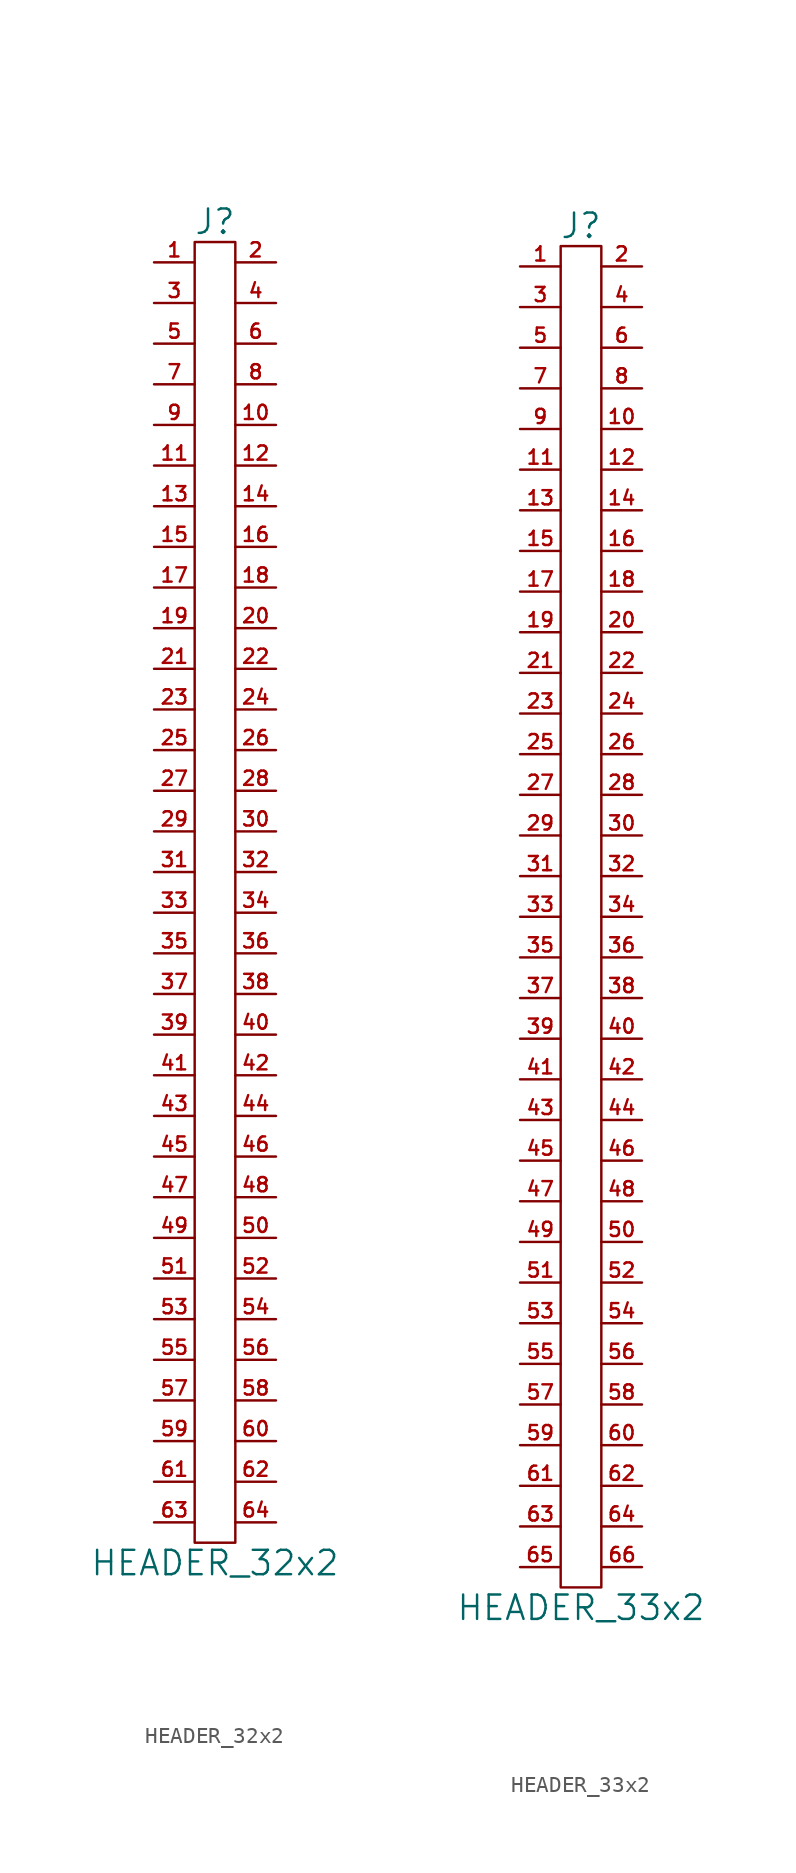
<source format=kicad_sym>
(kicad_symbol_lib
  (version 20211014)
  (generator kicad_symbol_editor)
  (symbol "HEADER_32x2"
    (pin_names
      (offset 0))
    (property "Reference" "J"
      (at 0 41.91 0)
      (effects (font (size 1.524 1.524))))
    (property "Value" "HEADER_32x2"
      (at 0 -41.91 0)
      (effects (font (size 1.524 1.524))))
    (property "Footprint" ""
      (at 0 0 0)
      (effects (font (size 1.524 1.524))))
    (property "Datasheet" ""
      (at 0 0 0)
      (effects (font (size 1.524 1.524))))
    (symbol "HEADER_32x2_0_1"
      (rectangle (start 1.27 -40.64) (end -1.27 40.64) (stroke (width 0) (type default) (color 0 0 0 0)) (fill (type none))))
    (symbol "HEADER_32x2_1_1"
      (pin passive line (at -3.81 39.37 0) (length 2.54) (name "~" (effects (font (size 1.27 1.27)))) (number "1" (effects (font (size 0.889 0.889)))))
      (pin passive line (at 3.81 29.21 180) (length 2.54) (name "~" (effects (font (size 1.27 1.27)))) (number "10" (effects (font (size 0.889 0.889)))))
      (pin passive line (at -3.81 26.67 0) (length 2.54) (name "~" (effects (font (size 1.27 1.27)))) (number "11" (effects (font (size 0.889 0.889)))))
      (pin passive line (at 3.81 26.67 180) (length 2.54) (name "~" (effects (font (size 1.27 1.27)))) (number "12" (effects (font (size 0.889 0.889)))))
      (pin passive line (at -3.81 24.13 0) (length 2.54) (name "~" (effects (font (size 1.27 1.27)))) (number "13" (effects (font (size 0.889 0.889)))))
      (pin passive line (at 3.81 24.13 180) (length 2.54) (name "~" (effects (font (size 1.27 1.27)))) (number "14" (effects (font (size 0.889 0.889)))))
      (pin passive line (at -3.81 21.59 0) (length 2.54) (name "~" (effects (font (size 1.27 1.27)))) (number "15" (effects (font (size 0.889 0.889)))))
      (pin passive line (at 3.81 21.59 180) (length 2.54) (name "~" (effects (font (size 1.27 1.27)))) (number "16" (effects (font (size 0.889 0.889)))))
      (pin passive line (at -3.81 19.05 0) (length 2.54) (name "~" (effects (font (size 1.27 1.27)))) (number "17" (effects (font (size 0.889 0.889)))))
      (pin passive line (at 3.81 19.05 180) (length 2.54) (name "~" (effects (font (size 1.27 1.27)))) (number "18" (effects (font (size 0.889 0.889)))))
      (pin passive line (at -3.81 16.51 0) (length 2.54) (name "~" (effects (font (size 1.27 1.27)))) (number "19" (effects (font (size 0.889 0.889)))))
      (pin passive line (at 3.81 39.37 180) (length 2.54) (name "~" (effects (font (size 1.27 1.27)))) (number "2" (effects (font (size 0.889 0.889)))))
      (pin passive line (at 3.81 16.51 180) (length 2.54) (name "~" (effects (font (size 1.27 1.27)))) (number "20" (effects (font (size 0.889 0.889)))))
      (pin passive line (at -3.81 13.97 0) (length 2.54) (name "~" (effects (font (size 1.27 1.27)))) (number "21" (effects (font (size 0.889 0.889)))))
      (pin passive line (at 3.81 13.97 180) (length 2.54) (name "~" (effects (font (size 1.27 1.27)))) (number "22" (effects (font (size 0.889 0.889)))))
      (pin passive line (at -3.81 11.43 0) (length 2.54) (name "~" (effects (font (size 1.27 1.27)))) (number "23" (effects (font (size 0.889 0.889)))))
      (pin passive line (at 3.81 11.43 180) (length 2.54) (name "~" (effects (font (size 1.27 1.27)))) (number "24" (effects (font (size 0.889 0.889)))))
      (pin passive line (at -3.81 8.89 0) (length 2.54) (name "~" (effects (font (size 1.27 1.27)))) (number "25" (effects (font (size 0.889 0.889)))))
      (pin passive line (at 3.81 8.89 180) (length 2.54) (name "~" (effects (font (size 1.27 1.27)))) (number "26" (effects (font (size 0.889 0.889)))))
      (pin passive line (at -3.81 6.35 0) (length 2.54) (name "~" (effects (font (size 1.27 1.27)))) (number "27" (effects (font (size 0.889 0.889)))))
      (pin passive line (at 3.81 6.35 180) (length 2.54) (name "~" (effects (font (size 1.27 1.27)))) (number "28" (effects (font (size 0.889 0.889)))))
      (pin passive line (at -3.81 3.81 0) (length 2.54) (name "~" (effects (font (size 1.27 1.27)))) (number "29" (effects (font (size 0.889 0.889)))))
      (pin passive line (at -3.81 36.83 0) (length 2.54) (name "~" (effects (font (size 1.27 1.27)))) (number "3" (effects (font (size 0.889 0.889)))))
      (pin passive line (at 3.81 3.81 180) (length 2.54) (name "~" (effects (font (size 1.27 1.27)))) (number "30" (effects (font (size 0.889 0.889)))))
      (pin passive line (at -3.81 1.27 0) (length 2.54) (name "~" (effects (font (size 1.27 1.27)))) (number "31" (effects (font (size 0.889 0.889)))))
      (pin passive line (at 3.81 1.27 180) (length 2.54) (name "~" (effects (font (size 1.27 1.27)))) (number "32" (effects (font (size 0.889 0.889)))))
      (pin passive line (at -3.81 -1.27 0) (length 2.54) (name "~" (effects (font (size 1.27 1.27)))) (number "33" (effects (font (size 0.889 0.889)))))
      (pin passive line (at 3.81 -1.27 180) (length 2.54) (name "~" (effects (font (size 1.27 1.27)))) (number "34" (effects (font (size 0.889 0.889)))))
      (pin passive line (at -3.81 -3.81 0) (length 2.54) (name "~" (effects (font (size 1.27 1.27)))) (number "35" (effects (font (size 0.889 0.889)))))
      (pin passive line (at 3.81 -3.81 180) (length 2.54) (name "~" (effects (font (size 1.27 1.27)))) (number "36" (effects (font (size 0.889 0.889)))))
      (pin passive line (at -3.81 -6.35 0) (length 2.54) (name "~" (effects (font (size 0.889 0.889)))) (number "37" (effects (font (size 0.889 0.889)))))
      (pin passive line (at 3.81 -6.35 180) (length 2.54) (name "~" (effects (font (size 1.27 1.27)))) (number "38" (effects (font (size 0.889 0.889)))))
      (pin passive line (at -3.81 -8.89 0) (length 2.54) (name "~" (effects (font (size 1.27 1.27)))) (number "39" (effects (font (size 0.889 0.889)))))
      (pin passive line (at 3.81 36.83 180) (length 2.54) (name "~" (effects (font (size 1.27 1.27)))) (number "4" (effects (font (size 0.889 0.889)))))
      (pin passive line (at 3.81 -8.89 180) (length 2.54) (name "~" (effects (font (size 1.27 1.27)))) (number "40" (effects (font (size 0.889 0.889)))))
      (pin passive line (at -3.81 -11.43 0) (length 2.54) (name "~" (effects (font (size 1.27 1.27)))) (number "41" (effects (font (size 0.889 0.889)))))
      (pin passive line (at 3.81 -11.43 180) (length 2.54) (name "~" (effects (font (size 1.27 1.27)))) (number "42" (effects (font (size 0.889 0.889)))))
      (pin passive line (at -3.81 -13.97 0) (length 2.54) (name "~" (effects (font (size 1.27 1.27)))) (number "43" (effects (font (size 0.889 0.889)))))
      (pin passive line (at 3.81 -13.97 180) (length 2.54) (name "~" (effects (font (size 1.27 1.27)))) (number "44" (effects (font (size 0.889 0.889)))))
      (pin passive line (at -3.81 -16.51 0) (length 2.54) (name "~" (effects (font (size 1.27 1.27)))) (number "45" (effects (font (size 0.889 0.889)))))
      (pin passive line (at 3.81 -16.51 180) (length 2.54) (name "~" (effects (font (size 1.27 1.27)))) (number "46" (effects (font (size 0.889 0.889)))))
      (pin passive line (at -3.81 -19.05 0) (length 2.54) (name "~" (effects (font (size 1.27 1.27)))) (number "47" (effects (font (size 0.889 0.889)))))
      (pin passive line (at 3.81 -19.05 180) (length 2.54) (name "~" (effects (font (size 1.27 1.27)))) (number "48" (effects (font (size 0.889 0.889)))))
      (pin passive line (at -3.81 -21.59 0) (length 2.54) (name "~" (effects (font (size 1.27 1.27)))) (number "49" (effects (font (size 0.889 0.889)))))
      (pin passive line (at -3.81 34.29 0) (length 2.54) (name "~" (effects (font (size 1.27 1.27)))) (number "5" (effects (font (size 0.889 0.889)))))
      (pin passive line (at 3.81 -21.59 180) (length 2.54) (name "~" (effects (font (size 1.27 1.27)))) (number "50" (effects (font (size 0.889 0.889)))))
      (pin passive line (at -3.81 -24.13 0) (length 2.54) (name "~" (effects (font (size 1.27 1.27)))) (number "51" (effects (font (size 0.889 0.889)))))
      (pin passive line (at 3.81 -24.13 180) (length 2.54) (name "~" (effects (font (size 1.27 1.27)))) (number "52" (effects (font (size 0.889 0.889)))))
      (pin passive line (at -3.81 -26.67 0) (length 2.54) (name "~" (effects (font (size 1.27 1.27)))) (number "53" (effects (font (size 0.889 0.889)))))
      (pin passive line (at 3.81 -26.67 180) (length 2.54) (name "~" (effects (font (size 1.27 1.27)))) (number "54" (effects (font (size 0.889 0.889)))))
      (pin passive line (at -3.81 -29.21 0) (length 2.54) (name "~" (effects (font (size 1.27 1.27)))) (number "55" (effects (font (size 0.889 0.889)))))
      (pin passive line (at 3.81 -29.21 180) (length 2.54) (name "~" (effects (font (size 1.27 1.27)))) (number "56" (effects (font (size 0.889 0.889)))))
      (pin passive line (at -3.81 -31.75 0) (length 2.54) (name "~" (effects (font (size 1.27 1.27)))) (number "57" (effects (font (size 0.889 0.889)))))
      (pin passive line (at 3.81 -31.75 180) (length 2.54) (name "~" (effects (font (size 1.27 1.27)))) (number "58" (effects (font (size 0.889 0.889)))))
      (pin passive line (at -3.81 -34.29 0) (length 2.54) (name "~" (effects (font (size 1.27 1.27)))) (number "59" (effects (font (size 0.889 0.889)))))
      (pin passive line (at 3.81 34.29 180) (length 2.54) (name "~" (effects (font (size 1.27 1.27)))) (number "6" (effects (font (size 0.889 0.889)))))
      (pin passive line (at 3.81 -34.29 180) (length 2.54) (name "~" (effects (font (size 1.27 1.27)))) (number "60" (effects (font (size 0.889 0.889)))))
      (pin passive line (at -3.81 -36.83 0) (length 2.54) (name "~" (effects (font (size 1.27 1.27)))) (number "61" (effects (font (size 0.889 0.889)))))
      (pin passive line (at 3.81 -36.83 180) (length 2.54) (name "~" (effects (font (size 1.27 1.27)))) (number "62" (effects (font (size 0.889 0.889)))))
      (pin passive line (at -3.81 -39.37 0) (length 2.54) (name "~" (effects (font (size 1.27 1.27)))) (number "63" (effects (font (size 0.889 0.889)))))
      (pin passive line (at 3.81 -39.37 180) (length 2.54) (name "~" (effects (font (size 1.27 1.27)))) (number "64" (effects (font (size 0.889 0.889)))))
      (pin passive line (at -3.81 31.75 0) (length 2.54) (name "~" (effects (font (size 1.27 1.27)))) (number "7" (effects (font (size 0.889 0.889)))))
      (pin passive line (at 3.81 31.75 180) (length 2.54) (name "~" (effects (font (size 1.27 1.27)))) (number "8" (effects (font (size 0.889 0.889)))))
      (pin passive line (at -3.81 29.21 0) (length 2.54) (name "~" (effects (font (size 1.27 1.27)))) (number "9" (effects (font (size 0.889 0.889)))))))
  (symbol "HEADER_33x2"
    (pin_names
      (offset 0))
    (property "Reference" "J"
      (at 0 43.18 0)
      (effects (font (size 1.524 1.524))))
    (property "Value" "HEADER_33x2"
      (at 0 -43.18 0)
      (effects (font (size 1.524 1.524))))
    (property "Footprint" ""
      (at 0 -1.27 0)
      (effects (font (size 1.524 1.524))))
    (property "Datasheet" ""
      (at 0 -1.27 0)
      (effects (font (size 1.524 1.524))))
    (symbol "HEADER_33x2_0_1"
      (rectangle (start 1.27 -41.91) (end -1.27 41.91) (stroke (width 0) (type default) (color 0 0 0 0)) (fill (type none))))
    (symbol "HEADER_33x2_1_1"
      (pin passive line (at -3.81 40.64 0) (length 2.54) (name "~" (effects (font (size 1.27 1.27)))) (number "1" (effects (font (size 0.889 0.889)))))
      (pin passive line (at 3.81 30.48 180) (length 2.54) (name "~" (effects (font (size 1.27 1.27)))) (number "10" (effects (font (size 0.889 0.889)))))
      (pin passive line (at -3.81 27.94 0) (length 2.54) (name "~" (effects (font (size 1.27 1.27)))) (number "11" (effects (font (size 0.889 0.889)))))
      (pin passive line (at 3.81 27.94 180) (length 2.54) (name "~" (effects (font (size 1.27 1.27)))) (number "12" (effects (font (size 0.889 0.889)))))
      (pin passive line (at -3.81 25.4 0) (length 2.54) (name "~" (effects (font (size 1.27 1.27)))) (number "13" (effects (font (size 0.889 0.889)))))
      (pin passive line (at 3.81 25.4 180) (length 2.54) (name "~" (effects (font (size 1.27 1.27)))) (number "14" (effects (font (size 0.889 0.889)))))
      (pin passive line (at -3.81 22.86 0) (length 2.54) (name "~" (effects (font (size 1.27 1.27)))) (number "15" (effects (font (size 0.889 0.889)))))
      (pin passive line (at 3.81 22.86 180) (length 2.54) (name "~" (effects (font (size 1.27 1.27)))) (number "16" (effects (font (size 0.889 0.889)))))
      (pin passive line (at -3.81 20.32 0) (length 2.54) (name "~" (effects (font (size 1.27 1.27)))) (number "17" (effects (font (size 0.889 0.889)))))
      (pin passive line (at 3.81 20.32 180) (length 2.54) (name "~" (effects (font (size 1.27 1.27)))) (number "18" (effects (font (size 0.889 0.889)))))
      (pin passive line (at -3.81 17.78 0) (length 2.54) (name "~" (effects (font (size 1.27 1.27)))) (number "19" (effects (font (size 0.889 0.889)))))
      (pin passive line (at 3.81 40.64 180) (length 2.54) (name "~" (effects (font (size 1.27 1.27)))) (number "2" (effects (font (size 0.889 0.889)))))
      (pin passive line (at 3.81 17.78 180) (length 2.54) (name "~" (effects (font (size 1.27 1.27)))) (number "20" (effects (font (size 0.889 0.889)))))
      (pin passive line (at -3.81 15.24 0) (length 2.54) (name "~" (effects (font (size 1.27 1.27)))) (number "21" (effects (font (size 0.889 0.889)))))
      (pin passive line (at 3.81 15.24 180) (length 2.54) (name "~" (effects (font (size 1.27 1.27)))) (number "22" (effects (font (size 0.889 0.889)))))
      (pin passive line (at -3.81 12.7 0) (length 2.54) (name "~" (effects (font (size 1.27 1.27)))) (number "23" (effects (font (size 0.889 0.889)))))
      (pin passive line (at 3.81 12.7 180) (length 2.54) (name "~" (effects (font (size 1.27 1.27)))) (number "24" (effects (font (size 0.889 0.889)))))
      (pin passive line (at -3.81 10.16 0) (length 2.54) (name "~" (effects (font (size 1.27 1.27)))) (number "25" (effects (font (size 0.889 0.889)))))
      (pin passive line (at 3.81 10.16 180) (length 2.54) (name "~" (effects (font (size 1.27 1.27)))) (number "26" (effects (font (size 0.889 0.889)))))
      (pin passive line (at -3.81 7.62 0) (length 2.54) (name "~" (effects (font (size 1.27 1.27)))) (number "27" (effects (font (size 0.889 0.889)))))
      (pin passive line (at 3.81 7.62 180) (length 2.54) (name "~" (effects (font (size 1.27 1.27)))) (number "28" (effects (font (size 0.889 0.889)))))
      (pin passive line (at -3.81 5.08 0) (length 2.54) (name "~" (effects (font (size 1.27 1.27)))) (number "29" (effects (font (size 0.889 0.889)))))
      (pin passive line (at -3.81 38.1 0) (length 2.54) (name "~" (effects (font (size 1.27 1.27)))) (number "3" (effects (font (size 0.889 0.889)))))
      (pin passive line (at 3.81 5.08 180) (length 2.54) (name "~" (effects (font (size 1.27 1.27)))) (number "30" (effects (font (size 0.889 0.889)))))
      (pin passive line (at -3.81 2.54 0) (length 2.54) (name "~" (effects (font (size 1.27 1.27)))) (number "31" (effects (font (size 0.889 0.889)))))
      (pin passive line (at 3.81 2.54 180) (length 2.54) (name "~" (effects (font (size 1.27 1.27)))) (number "32" (effects (font (size 0.889 0.889)))))
      (pin passive line (at -3.81 0 0) (length 2.54) (name "~" (effects (font (size 1.27 1.27)))) (number "33" (effects (font (size 0.889 0.889)))))
      (pin passive line (at 3.81 0 180) (length 2.54) (name "~" (effects (font (size 1.27 1.27)))) (number "34" (effects (font (size 0.889 0.889)))))
      (pin passive line (at -3.81 -2.54 0) (length 2.54) (name "~" (effects (font (size 1.27 1.27)))) (number "35" (effects (font (size 0.889 0.889)))))
      (pin passive line (at 3.81 -2.54 180) (length 2.54) (name "~" (effects (font (size 1.27 1.27)))) (number "36" (effects (font (size 0.889 0.889)))))
      (pin passive line (at -3.81 -5.08 0) (length 2.54) (name "~" (effects (font (size 1.27 1.27)))) (number "37" (effects (font (size 0.889 0.889)))))
      (pin passive line (at 3.81 -5.08 180) (length 2.54) (name "~" (effects (font (size 1.27 1.27)))) (number "38" (effects (font (size 0.889 0.889)))))
      (pin passive line (at -3.81 -7.62 0) (length 2.54) (name "~" (effects (font (size 1.27 1.27)))) (number "39" (effects (font (size 0.889 0.889)))))
      (pin passive line (at 3.81 38.1 180) (length 2.54) (name "~" (effects (font (size 1.27 1.27)))) (number "4" (effects (font (size 0.889 0.889)))))
      (pin passive line (at 3.81 -7.62 180) (length 2.54) (name "~" (effects (font (size 1.27 1.27)))) (number "40" (effects (font (size 0.889 0.889)))))
      (pin passive line (at -3.81 -10.16 0) (length 2.54) (name "~" (effects (font (size 1.27 1.27)))) (number "41" (effects (font (size 0.889 0.889)))))
      (pin passive line (at 3.81 -10.16 180) (length 2.54) (name "~" (effects (font (size 1.27 1.27)))) (number "42" (effects (font (size 0.889 0.889)))))
      (pin passive line (at -3.81 -12.7 0) (length 2.54) (name "~" (effects (font (size 1.27 1.27)))) (number "43" (effects (font (size 0.889 0.889)))))
      (pin passive line (at 3.81 -12.7 180) (length 2.54) (name "~" (effects (font (size 1.27 1.27)))) (number "44" (effects (font (size 0.889 0.889)))))
      (pin passive line (at -3.81 -15.24 0) (length 2.54) (name "~" (effects (font (size 1.27 1.27)))) (number "45" (effects (font (size 0.889 0.889)))))
      (pin passive line (at 3.81 -15.24 180) (length 2.54) (name "~" (effects (font (size 1.27 1.27)))) (number "46" (effects (font (size 0.889 0.889)))))
      (pin passive line (at -3.81 -17.78 0) (length 2.54) (name "~" (effects (font (size 1.27 1.27)))) (number "47" (effects (font (size 0.889 0.889)))))
      (pin passive line (at 3.81 -17.78 180) (length 2.54) (name "~" (effects (font (size 1.27 1.27)))) (number "48" (effects (font (size 0.889 0.889)))))
      (pin passive line (at -3.81 -20.32 0) (length 2.54) (name "~" (effects (font (size 1.27 1.27)))) (number "49" (effects (font (size 0.889 0.889)))))
      (pin passive line (at -3.81 35.56 0) (length 2.54) (name "~" (effects (font (size 1.27 1.27)))) (number "5" (effects (font (size 0.889 0.889)))))
      (pin passive line (at 3.81 -20.32 180) (length 2.54) (name "~" (effects (font (size 1.27 1.27)))) (number "50" (effects (font (size 0.889 0.889)))))
      (pin passive line (at -3.81 -22.86 0) (length 2.54) (name "~" (effects (font (size 1.27 1.27)))) (number "51" (effects (font (size 0.889 0.889)))))
      (pin passive line (at 3.81 -22.86 180) (length 2.54) (name "~" (effects (font (size 1.27 1.27)))) (number "52" (effects (font (size 0.889 0.889)))))
      (pin passive line (at -3.81 -25.4 0) (length 2.54) (name "~" (effects (font (size 1.27 1.27)))) (number "53" (effects (font (size 0.889 0.889)))))
      (pin passive line (at 3.81 -25.4 180) (length 2.54) (name "~" (effects (font (size 1.27 1.27)))) (number "54" (effects (font (size 0.889 0.889)))))
      (pin passive line (at -3.81 -27.94 0) (length 2.54) (name "~" (effects (font (size 1.27 1.27)))) (number "55" (effects (font (size 0.889 0.889)))))
      (pin passive line (at 3.81 -27.94 180) (length 2.54) (name "~" (effects (font (size 1.27 1.27)))) (number "56" (effects (font (size 0.889 0.889)))))
      (pin passive line (at -3.81 -30.48 0) (length 2.54) (name "~" (effects (font (size 1.27 1.27)))) (number "57" (effects (font (size 0.889 0.889)))))
      (pin passive line (at 3.81 -30.48 180) (length 2.54) (name "~" (effects (font (size 1.27 1.27)))) (number "58" (effects (font (size 0.889 0.889)))))
      (pin passive line (at -3.81 -33.02 0) (length 2.54) (name "~" (effects (font (size 1.27 1.27)))) (number "59" (effects (font (size 0.889 0.889)))))
      (pin passive line (at 3.81 35.56 180) (length 2.54) (name "~" (effects (font (size 1.27 1.27)))) (number "6" (effects (font (size 0.889 0.889)))))
      (pin passive line (at 3.81 -33.02 180) (length 2.54) (name "~" (effects (font (size 1.27 1.27)))) (number "60" (effects (font (size 0.889 0.889)))))
      (pin passive line (at -3.81 -35.56 0) (length 2.54) (name "~" (effects (font (size 1.27 1.27)))) (number "61" (effects (font (size 0.889 0.889)))))
      (pin passive line (at 3.81 -35.56 180) (length 2.54) (name "~" (effects (font (size 1.27 1.27)))) (number "62" (effects (font (size 0.889 0.889)))))
      (pin passive line (at -3.81 -38.1 0) (length 2.54) (name "~" (effects (font (size 0.889 0.889)))) (number "63" (effects (font (size 0.889 0.889)))))
      (pin passive line (at 3.81 -38.1 180) (length 2.54) (name "~" (effects (font (size 1.27 1.27)))) (number "64" (effects (font (size 0.889 0.889)))))
      (pin passive line (at -3.81 -40.64 0) (length 2.489) (name "~" (effects (font (size 0.508 0.508)))) (number "65" (effects (font (size 0.889 0.889)))))
      (pin passive line (at 3.81 -40.64 180) (length 2.489) (name "~" (effects (font (size 0.508 0.508)))) (number "66" (effects (font (size 0.889 0.889)))))
      (pin passive line (at -3.81 33.02 0) (length 2.54) (name "~" (effects (font (size 1.27 1.27)))) (number "7" (effects (font (size 0.889 0.889)))))
      (pin passive line (at 3.81 33.02 180) (length 2.54) (name "~" (effects (font (size 1.27 1.27)))) (number "8" (effects (font (size 0.889 0.889)))))
      (pin passive line (at -3.81 30.48 0) (length 2.54) (name "~" (effects (font (size 1.27 1.27)))) (number "9" (effects (font (size 0.889 0.889))))))))
</source>
